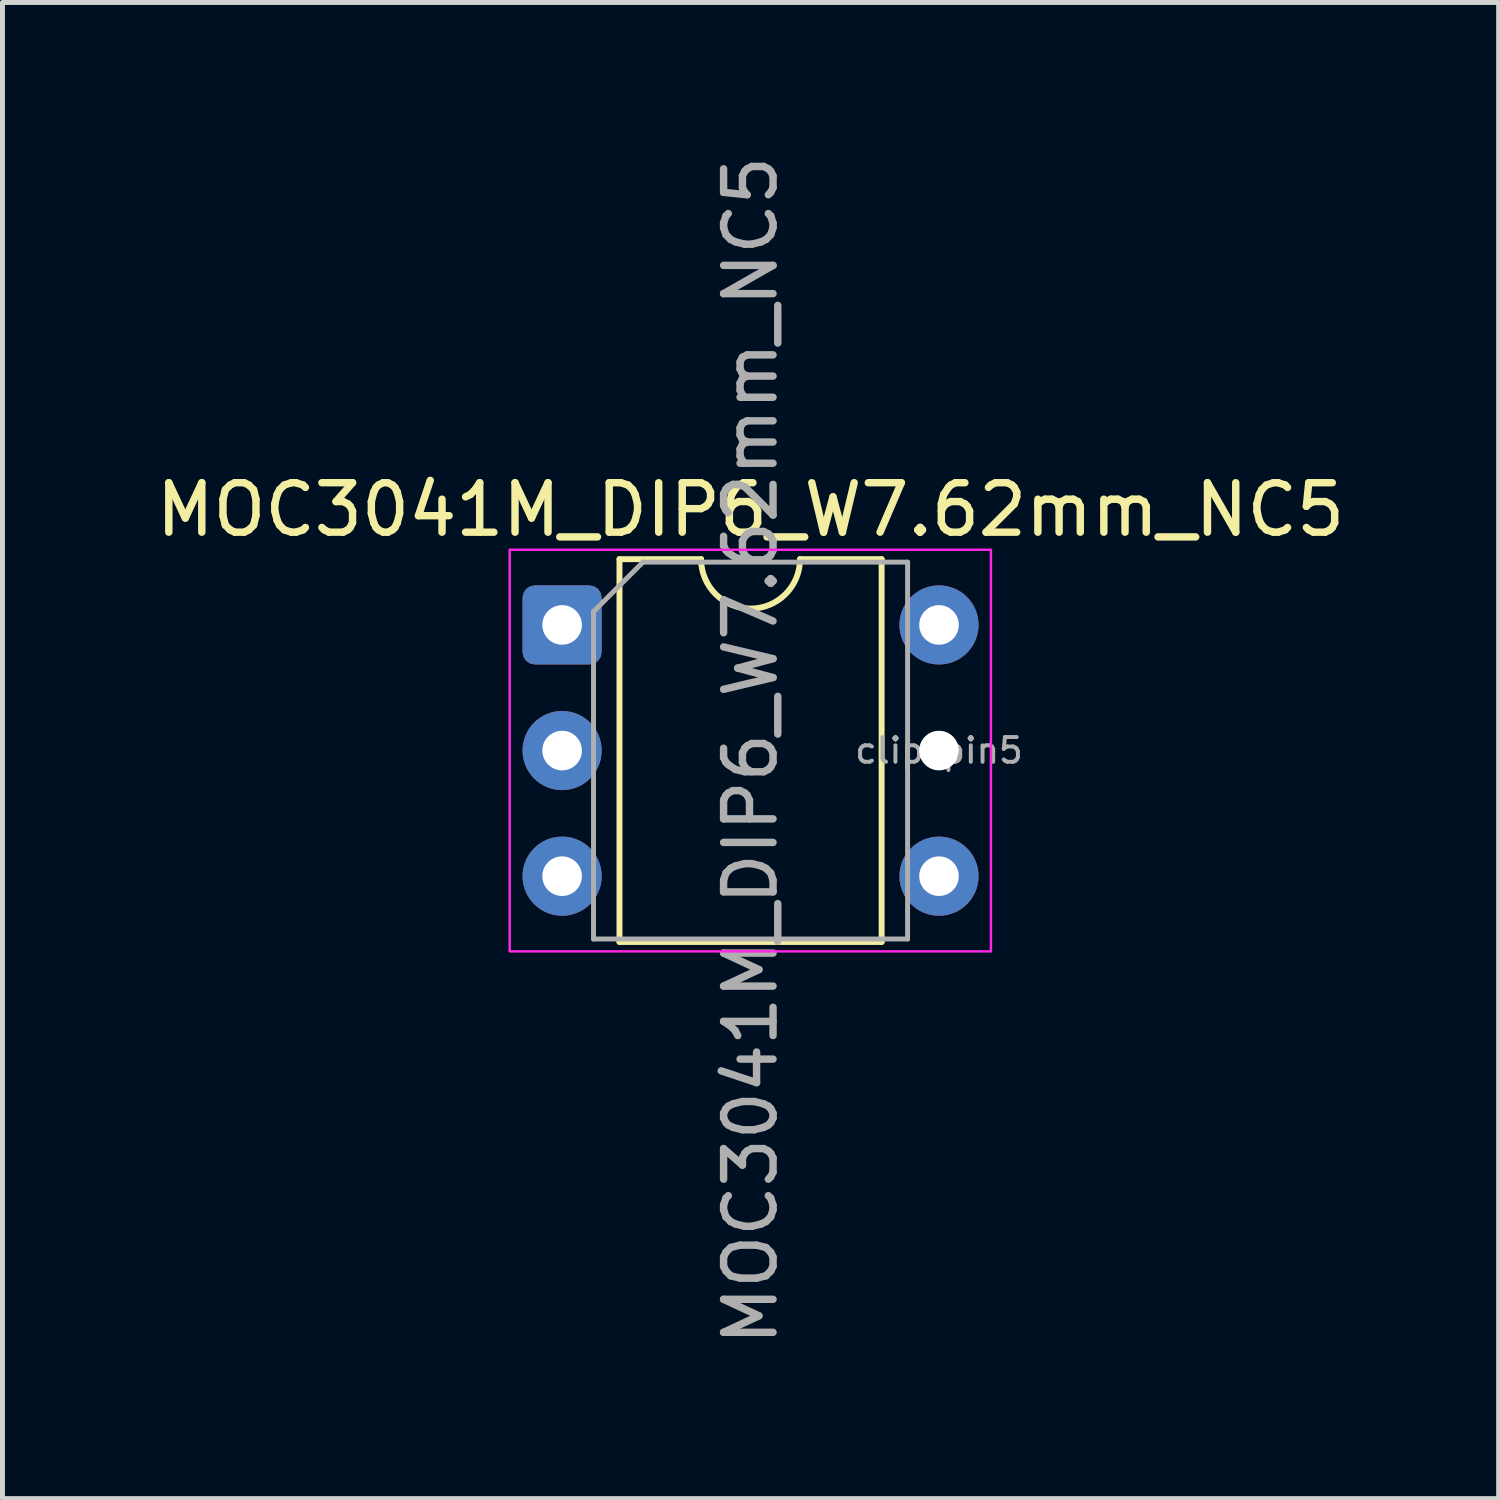
<source format=kicad_pcb>
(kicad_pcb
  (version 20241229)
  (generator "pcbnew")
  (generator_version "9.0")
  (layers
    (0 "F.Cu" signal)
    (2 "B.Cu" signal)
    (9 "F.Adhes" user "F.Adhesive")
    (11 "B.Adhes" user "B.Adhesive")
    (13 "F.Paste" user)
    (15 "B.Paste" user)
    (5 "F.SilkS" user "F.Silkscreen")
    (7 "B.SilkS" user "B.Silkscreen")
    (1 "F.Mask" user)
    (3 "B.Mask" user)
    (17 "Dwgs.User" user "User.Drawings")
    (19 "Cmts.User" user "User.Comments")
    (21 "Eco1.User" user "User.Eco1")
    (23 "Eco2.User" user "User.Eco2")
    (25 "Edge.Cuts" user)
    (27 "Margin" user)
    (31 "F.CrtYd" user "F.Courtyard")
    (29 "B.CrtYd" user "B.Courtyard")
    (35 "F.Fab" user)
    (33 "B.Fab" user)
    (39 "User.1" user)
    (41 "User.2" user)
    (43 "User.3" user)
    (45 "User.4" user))
  (footprint "MOC3041M_DIP6_W7.62mm_NC5"
    (layer "F.Cu")
    (at 8.315 9.585)
    (property "Reference" "MOC3041M_DIP6_W7.62mm_NC5" (at 3.81 -2.33 0) (layer "F.SilkS") (effects (font (size 1 1) (thickness 0.15))))
    (attr through_hole)
    (fp_line (start 1.16 -1.33) (end 1.16 6.41) (stroke (width 0.12) (type solid)) (layer "F.SilkS"))
    (fp_line (start 1.16 6.41) (end 6.46 6.41) (stroke (width 0.12) (type solid)) (layer "F.SilkS"))
    (fp_line (start 2.81 -1.33) (end 1.16 -1.33) (stroke (width 0.12) (type solid)) (layer "F.SilkS"))
    (fp_line (start 6.46 -1.33) (end 4.81 -1.33) (stroke (width 0.12) (type solid)) (layer "F.SilkS"))
    (fp_line (start 6.46 6.41) (end 6.46 -1.33) (stroke (width 0.12) (type solid)) (layer "F.SilkS"))
    (fp_arc (start 4.81 -1.33) (mid 3.81 -0.33) (end 2.81 -1.33) (stroke (width 0.12) (type solid)) (layer "F.SilkS"))
    (fp_rect (start -1.06 -1.52) (end 8.67 6.6) (stroke (width 0.05) (type solid)) (fill no) (layer "F.CrtYd"))
    (fp_line (start 0.635 -0.27) (end 1.635 -1.27) (stroke (width 0.1) (type solid)) (layer "F.Fab"))
    (fp_line (start 0.635 6.35) (end 0.635 -0.27) (stroke (width 0.1) (type solid)) (layer "F.Fab"))
    (fp_line (start 1.635 -1.27) (end 6.985 -1.27) (stroke (width 0.1) (type solid)) (layer "F.Fab"))
    (fp_line (start 6.985 -1.27) (end 6.985 6.35) (stroke (width 0.1) (type solid)) (layer "F.Fab"))
    (fp_line (start 6.985 6.35) (end 0.635 6.35) (stroke (width 0.1) (type solid)) (layer "F.Fab"))
    (fp_text user "clip pin5" (at 7.62 2.54 0) (layer "F.Fab") (effects (font (size 0.5 0.5) (thickness 0.08))))
    (fp_text user "${REFERENCE}" (at 3.81 2.54 90) (layer "F.Fab") (effects (font (size 1 1) (thickness 0.15))))
    (pad "" np_thru_hole circle (at 7.62 2.54) (size 0.8 0.8) (drill 0.8) (layers "*.Cu" "*.Mask"))
    (pad "1" thru_hole roundrect (at 0 0) (size 1.6 1.6) (drill 0.8) (layers "*.Cu" "*.Mask") (roundrect_rratio 0.156))
    (pad "2" thru_hole circle (at 0 2.54) (size 1.6 1.6) (drill 0.8) (layers "*.Cu" "*.Mask"))
    (pad "3" thru_hole circle (at 0 5.08) (size 1.6 1.6) (drill 0.8) (layers "*.Cu" "*.Mask"))
    (pad "4" thru_hole circle (at 7.62 5.08) (size 1.6 1.6) (drill 0.8) (layers "*.Cu" "*.Mask"))
    (pad "6" thru_hole circle (at 7.62 0) (size 1.6 1.6) (drill 0.8) (layers "*.Cu" "*.Mask")))
  (gr_rect
    (start -3 -3)
    (end 27.25 27.25)
    (stroke (width 0.1) (type default))
    (fill no)
    (layer "Edge.Cuts")))
</source>
